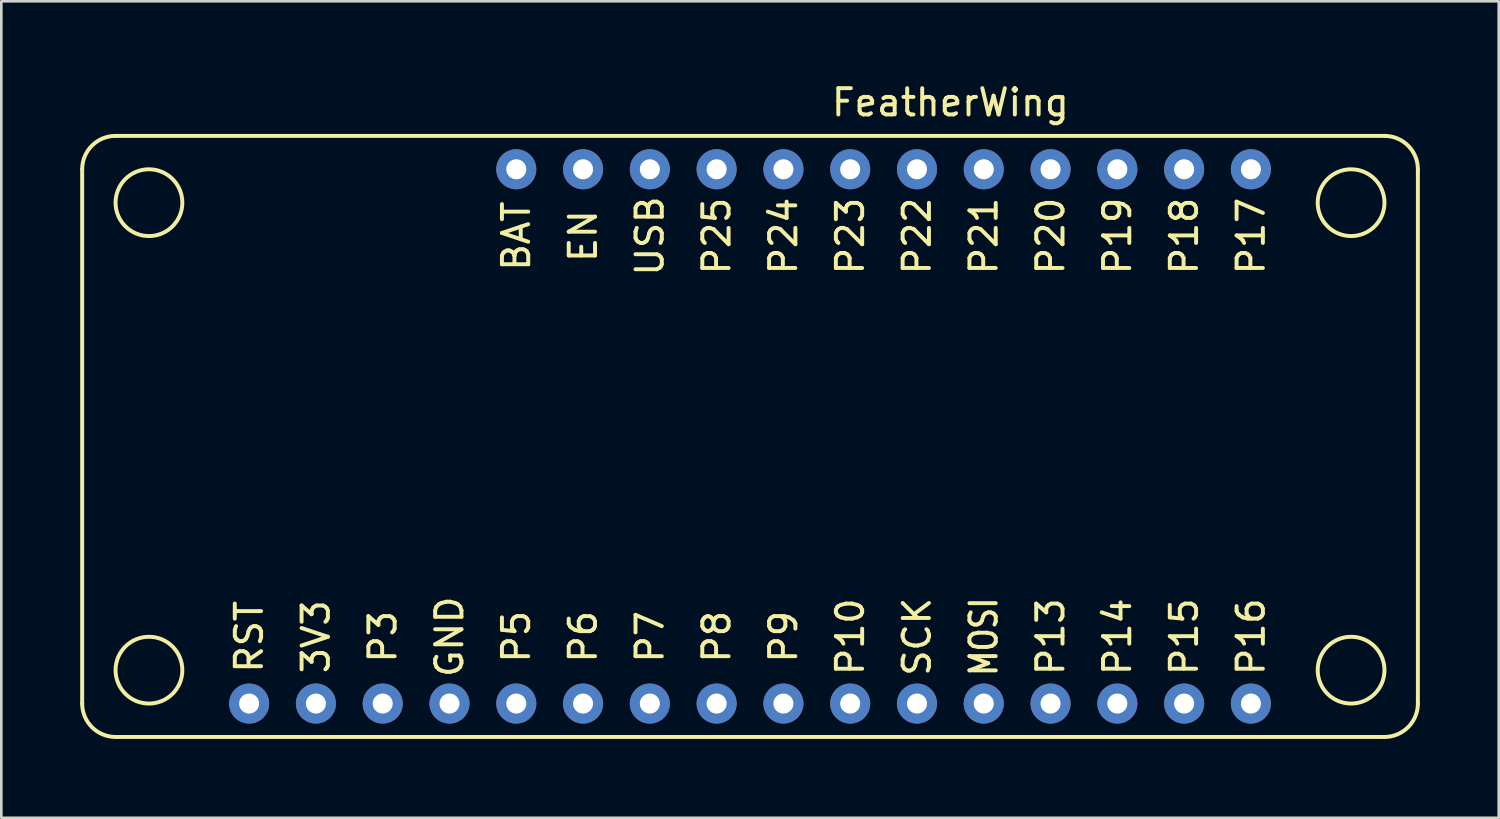
<source format=kicad_pcb>
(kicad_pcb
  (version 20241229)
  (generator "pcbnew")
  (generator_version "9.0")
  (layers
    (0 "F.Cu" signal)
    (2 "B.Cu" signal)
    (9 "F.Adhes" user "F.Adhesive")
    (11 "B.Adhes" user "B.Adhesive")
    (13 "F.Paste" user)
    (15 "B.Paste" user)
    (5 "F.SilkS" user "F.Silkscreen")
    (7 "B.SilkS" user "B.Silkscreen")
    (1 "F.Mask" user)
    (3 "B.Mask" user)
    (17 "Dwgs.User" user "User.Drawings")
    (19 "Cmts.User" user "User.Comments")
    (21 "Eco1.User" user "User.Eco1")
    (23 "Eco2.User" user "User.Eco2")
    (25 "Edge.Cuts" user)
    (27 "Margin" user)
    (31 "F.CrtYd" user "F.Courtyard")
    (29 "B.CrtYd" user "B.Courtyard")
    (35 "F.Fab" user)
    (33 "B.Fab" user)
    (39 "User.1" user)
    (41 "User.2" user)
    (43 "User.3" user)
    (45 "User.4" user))
  (footprint "FeatherWing"
    (layer "F.Cu")
    (at 25.475 13.548)
    (property "Reference" "FeatherWing" (at 7.62 -12.7 0) (layer "F.SilkS") (effects (font (size 1 1) (thickness 0.15))))
    (attr through_hole)
    (fp_line (start -25.4 10.16) (end -25.4 -10.16) (stroke (width 0.15) (type solid)) (layer "F.SilkS"))
    (fp_line (start -24.13 -11.43) (end 24.13 -11.43) (stroke (width 0.15) (type solid)) (layer "F.SilkS"))
    (fp_line (start 24.13 11.43) (end -24.13 11.43) (stroke (width 0.15) (type solid)) (layer "F.SilkS"))
    (fp_line (start 25.4 -10.16) (end 25.4 10.16) (stroke (width 0.15) (type solid)) (layer "F.SilkS"))
    (fp_arc (start -25.4 -10.16) (mid -25.028026 -11.058026) (end -24.13 -11.43) (stroke (width 0.15) (type solid)) (layer "F.SilkS"))
    (fp_arc (start -24.13 11.43) (mid -25.028026 11.058026) (end -25.4 10.16) (stroke (width 0.15) (type solid)) (layer "F.SilkS"))
    (fp_arc (start 24.13 -11.43) (mid 25.028026 -11.058026) (end 25.4 -10.16) (stroke (width 0.15) (type solid)) (layer "F.SilkS"))
    (fp_arc (start 25.4 10.16) (mid 25.028026 11.058026) (end 24.13 11.43) (stroke (width 0.15) (type solid)) (layer "F.SilkS"))
    (fp_circle (center -22.86 -8.89) (end -21.59 -8.89) (stroke (width 0.15) (type solid)) (fill no) (layer "F.SilkS"))
    (fp_circle (center -22.86 8.89) (end -21.59 8.89) (stroke (width 0.15) (type solid)) (fill no) (layer "F.SilkS"))
    (fp_circle (center 22.86 -8.89) (end 21.59 -8.89) (stroke (width 0.15) (type solid)) (fill no) (layer "F.SilkS"))
    (fp_circle (center 22.86 8.89) (end 21.59 8.89) (stroke (width 0.15) (type solid)) (fill no) (layer "F.SilkS"))
    (fp_text user "P24" (at 1.27 -7.62 90) (layer "F.SilkS") (effects (font (size 1 1) (thickness 0.15))))
    (fp_text user "P14" (at 13.97 7.62 90) (layer "F.SilkS") (effects (font (size 1 1) (thickness 0.15))))
    (fp_text user "SCK" (at 6.35 7.62 90) (layer "F.SilkS") (effects (font (size 1 1) (thickness 0.15))))
    (fp_text user "P17" (at 19.05 -7.62 90) (layer "F.SilkS") (effects (font (size 1 1) (thickness 0.15))))
    (fp_text user "P23" (at 3.81 -7.62 90) (layer "F.SilkS") (effects (font (size 1 1) (thickness 0.15))))
    (fp_text user "P10" (at 3.81 7.62 90) (layer "F.SilkS") (effects (font (size 1 1) (thickness 0.15))))
    (fp_text user "P20" (at 11.43 -7.62 90) (layer "F.SilkS") (effects (font (size 1 1) (thickness 0.15))))
    (fp_text user "P22" (at 6.35 -7.62 90) (layer "F.SilkS") (effects (font (size 1 1) (thickness 0.15))))
    (fp_text user "P19" (at 13.97 -7.62 90) (layer "F.SilkS") (effects (font (size 1 1) (thickness 0.15))))
    (fp_text user "P5" (at -8.89 7.62 90) (layer "F.SilkS") (effects (font (size 1 1) (thickness 0.15))))
    (fp_text user "P18" (at 16.51 -7.62 90) (layer "F.SilkS") (effects (font (size 1 1) (thickness 0.15))))
    (fp_text user "P15" (at 16.51 7.62 90) (layer "F.SilkS") (effects (font (size 1 1) (thickness 0.15))))
    (fp_text user "P9" (at 1.27 7.62 90) (layer "F.SilkS") (effects (font (size 1 1) (thickness 0.15))))
    (fp_text user "MOSI" (at 8.89 7.62 90) (layer "F.SilkS") (effects (font (size 1 0.813) (thickness 0.15))))
    (fp_text user "USB" (at -3.81 -7.62 90) (layer "F.SilkS") (effects (font (size 1 1) (thickness 0.15))))
    (fp_text user "P8" (at -1.27 7.62 90) (layer "F.SilkS") (effects (font (size 1 1) (thickness 0.15))))
    (fp_text user "EN" (at -6.35 -7.62 90) (layer "F.SilkS") (effects (font (size 1 1) (thickness 0.15))))
    (fp_text user "BAT" (at -8.89 -7.62 90) (layer "F.SilkS") (effects (font (size 1 1) (thickness 0.15))))
    (fp_text user "P6" (at -6.35 7.62 90) (layer "F.SilkS") (effects (font (size 1 1) (thickness 0.15))))
    (fp_text user "3V3" (at -16.51 7.62 90) (layer "F.SilkS") (effects (font (size 1 1) (thickness 0.15))))
    (fp_text user "P21" (at 8.89 -7.62 90) (layer "F.SilkS") (effects (font (size 1 1) (thickness 0.15))))
    (fp_text user "GND" (at -11.43 7.62 90) (layer "F.SilkS") (effects (font (size 1 1) (thickness 0.15))))
    (fp_text user "RST" (at -19.05 7.62 90) (layer "F.SilkS") (effects (font (size 1 1) (thickness 0.15))))
    (fp_text user "P3" (at -13.97 7.62 90) (layer "F.SilkS") (effects (font (size 1 1) (thickness 0.15))))
    (fp_text user "P13" (at 11.43 7.62 90) (layer "F.SilkS") (effects (font (size 1 1) (thickness 0.15))))
    (fp_text user "P7" (at -3.81 7.62 90) (layer "F.SilkS") (effects (font (size 1 1) (thickness 0.15))))
    (fp_text user "P25" (at -1.27 -7.62 90) (layer "F.SilkS") (effects (font (size 1 1) (thickness 0.15))))
    (fp_text user "P16" (at 19.05 7.62 90) (layer "F.SilkS") (effects (font (size 1 1) (thickness 0.15))))
    (pad "1" thru_hole circle (at -19.05 10.16) (size 1.524 1.524) (drill 0.762) (layers "*.Cu" "*.Mask"))
    (pad "2" thru_hole circle (at -16.51 10.16) (size 1.524 1.524) (drill 0.762) (layers "*.Cu" "*.Mask"))
    (pad "3" thru_hole circle (at -13.97 10.16) (size 1.524 1.524) (drill 0.762) (layers "*.Cu" "*.Mask"))
    (pad "4" thru_hole circle (at -11.43 10.16) (size 1.524 1.524) (drill 0.762) (layers "*.Cu" "*.Mask"))
    (pad "5" thru_hole circle (at -8.89 10.16) (size 1.524 1.524) (drill 0.762) (layers "*.Cu" "*.Mask"))
    (pad "6" thru_hole circle (at -6.35 10.16) (size 1.524 1.524) (drill 0.762) (layers "*.Cu" "*.Mask"))
    (pad "7" thru_hole circle (at -3.81 10.16) (size 1.524 1.524) (drill 0.762) (layers "*.Cu" "*.Mask"))
    (pad "8" thru_hole circle (at -1.27 10.16) (size 1.524 1.524) (drill 0.762) (layers "*.Cu" "*.Mask"))
    (pad "9" thru_hole circle (at 1.27 10.16) (size 1.524 1.524) (drill 0.762) (layers "*.Cu" "*.Mask"))
    (pad "10" thru_hole circle (at 3.81 10.16) (size 1.524 1.524) (drill 0.762) (layers "*.Cu" "*.Mask"))
    (pad "11" thru_hole circle (at 6.35 10.16) (size 1.524 1.524) (drill 0.762) (layers "*.Cu" "*.Mask"))
    (pad "12" thru_hole circle (at 8.89 10.16) (size 1.524 1.524) (drill 0.762) (layers "*.Cu" "*.Mask"))
    (pad "13" thru_hole circle (at 11.43 10.16) (size 1.524 1.524) (drill 0.762) (layers "*.Cu" "*.Mask"))
    (pad "14" thru_hole circle (at 13.97 10.16) (size 1.524 1.524) (drill 0.762) (layers "*.Cu" "*.Mask"))
    (pad "15" thru_hole circle (at 16.51 10.16) (size 1.524 1.524) (drill 0.762) (layers "*.Cu" "*.Mask"))
    (pad "16" thru_hole circle (at 19.05 10.16) (size 1.524 1.524) (drill 0.762) (layers "*.Cu" "*.Mask"))
    (pad "17" thru_hole circle (at 19.05 -10.16) (size 1.524 1.524) (drill 0.762) (layers "*.Cu" "*.Mask"))
    (pad "18" thru_hole circle (at 16.51 -10.16) (size 1.524 1.524) (drill 0.762) (layers "*.Cu" "*.Mask"))
    (pad "19" thru_hole circle (at 13.97 -10.16) (size 1.524 1.524) (drill 0.762) (layers "*.Cu" "*.Mask"))
    (pad "20" thru_hole circle (at 11.43 -10.16) (size 1.524 1.524) (drill 0.762) (layers "*.Cu" "*.Mask"))
    (pad "21" thru_hole circle (at 8.89 -10.16) (size 1.524 1.524) (drill 0.762) (layers "*.Cu" "*.Mask"))
    (pad "22" thru_hole circle (at 6.35 -10.16) (size 1.524 1.524) (drill 0.762) (layers "*.Cu" "*.Mask"))
    (pad "23" thru_hole circle (at 3.81 -10.16) (size 1.524 1.524) (drill 0.762) (layers "*.Cu" "*.Mask"))
    (pad "24" thru_hole circle (at 1.27 -10.16) (size 1.524 1.524) (drill 0.762) (layers "*.Cu" "*.Mask"))
    (pad "25" thru_hole circle (at -1.27 -10.16) (size 1.524 1.524) (drill 0.762) (layers "*.Cu" "*.Mask"))
    (pad "26" thru_hole circle (at -3.81 -10.16) (size 1.524 1.524) (drill 0.762) (layers "*.Cu" "*.Mask"))
    (pad "27" thru_hole circle (at -6.35 -10.16) (size 1.524 1.524) (drill 0.762) (layers "*.Cu" "*.Mask"))
    (pad "28" thru_hole circle (at -8.89 -10.16) (size 1.524 1.524) (drill 0.762) (layers "*.Cu" "*.Mask")))
  (gr_rect
    (start -3 -3)
    (end 53.95 28.053)
    (stroke (width 0.1) (type default))
    (fill no)
    (layer "Edge.Cuts")))
</source>
